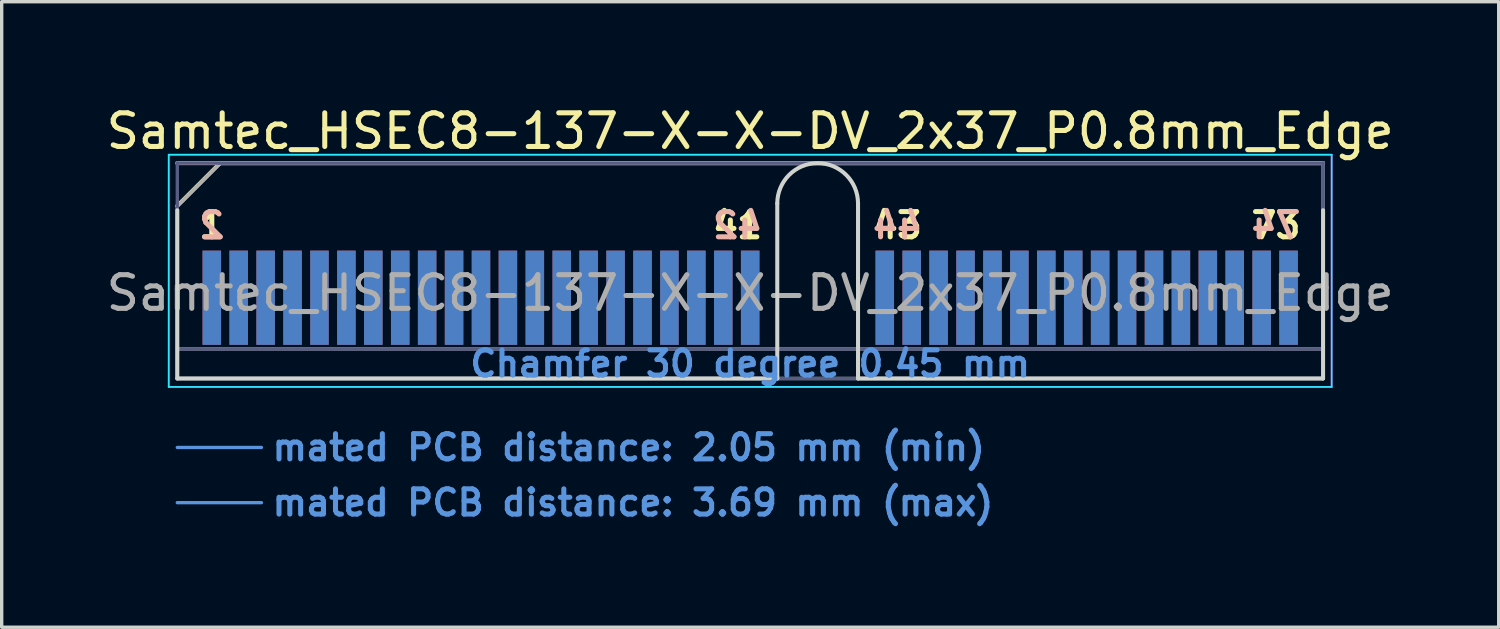
<source format=kicad_pcb>
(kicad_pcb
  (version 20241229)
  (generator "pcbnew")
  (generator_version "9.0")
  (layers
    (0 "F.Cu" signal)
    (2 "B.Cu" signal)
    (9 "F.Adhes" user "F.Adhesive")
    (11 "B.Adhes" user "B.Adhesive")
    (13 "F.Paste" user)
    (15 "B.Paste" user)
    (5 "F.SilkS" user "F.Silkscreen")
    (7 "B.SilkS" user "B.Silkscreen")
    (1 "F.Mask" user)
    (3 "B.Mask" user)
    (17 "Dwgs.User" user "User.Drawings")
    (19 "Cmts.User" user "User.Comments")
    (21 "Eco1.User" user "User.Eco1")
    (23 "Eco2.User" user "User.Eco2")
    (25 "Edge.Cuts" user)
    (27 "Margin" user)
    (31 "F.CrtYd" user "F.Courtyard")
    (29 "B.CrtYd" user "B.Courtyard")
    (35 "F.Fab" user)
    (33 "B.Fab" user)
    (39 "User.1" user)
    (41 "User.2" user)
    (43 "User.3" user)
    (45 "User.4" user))
  (footprint "Samtec_HSEC8-137-X-X-DV_2x37_P0.8mm_Edge"
    (layer "F.Cu")
    (at 19.244 8.198)
    (property "Reference" "Samtec_HSEC8-137-X-X-DV_2x37_P0.8mm_Edge" (at 0 -7.35 0) (layer "F.SilkS") (effects (font (size 1 1) (thickness 0.15))))
    (attr exclude_from_pos_files exclude_from_bom)
    (fp_line (start -17.025 -5.13) (end -15.755 -6.4) (stroke (width 0.12) (type solid)) (layer "F.SilkS"))
    (fp_line (start -15.755 -6.4) (end 17.025 -6.4) (stroke (width 0.12) (type solid)) (layer "F.SilkS"))
    (fp_line (start -17.025 -6.4) (end -17.025 -6.4) (stroke (width 0.12) (type solid)) (layer "B.SilkS"))
    (fp_line (start -17.025 -6.4) (end 17.025 -6.4) (stroke (width 0.12) (type solid)) (layer "B.SilkS"))
    (fp_line (start -17.025 2.05) (end -14.525 2.05) (stroke (width 0.1) (type solid)) (layer "Cmts.User"))
    (fp_line (start -17.025 3.69) (end -14.525 3.69) (stroke (width 0.1) (type solid)) (layer "Cmts.User"))
    (fp_line (start -17.025 -5) (end -17.025 0) (stroke (width 0.12) (type solid)) (layer "Edge.Cuts"))
    (fp_line (start -17.025 0) (end 0.805 0) (stroke (width 0.12) (type solid)) (layer "Edge.Cuts"))
    (fp_line (start 0.805 0) (end 0.805 -5.2) (stroke (width 0.12) (type solid)) (layer "Edge.Cuts"))
    (fp_line (start 3.205 -5.2) (end 3.205 0) (stroke (width 0.12) (type solid)) (layer "Edge.Cuts"))
    (fp_line (start 3.205 0) (end 17.025 0) (stroke (width 0.12) (type solid)) (layer "Edge.Cuts"))
    (fp_line (start 17.025 0) (end 17.025 -5) (stroke (width 0.12) (type solid)) (layer "Edge.Cuts"))
    (fp_arc (start 0.805 -5.2) (mid 2.005 -6.4) (end 3.205 -5.2) (stroke (width 0.12) (type solid)) (layer "Edge.Cuts"))
    (fp_line (start -17.28 -6.65) (end -17.28 0.25) (stroke (width 0.05) (type solid)) (layer "B.CrtYd"))
    (fp_line (start -17.28 0.25) (end 17.28 0.25) (stroke (width 0.05) (type solid)) (layer "B.CrtYd"))
    (fp_line (start 17.28 -6.65) (end -17.28 -6.65) (stroke (width 0.05) (type solid)) (layer "B.CrtYd"))
    (fp_line (start 17.28 0.25) (end 17.28 -6.65) (stroke (width 0.05) (type solid)) (layer "B.CrtYd"))
    (fp_line (start -17.28 -6.65) (end -17.28 0.25) (stroke (width 0.05) (type solid)) (layer "F.CrtYd"))
    (fp_line (start -17.28 0.25) (end 17.28 0.25) (stroke (width 0.05) (type solid)) (layer "F.CrtYd"))
    (fp_line (start 17.28 -6.65) (end -17.28 -6.65) (stroke (width 0.05) (type solid)) (layer "F.CrtYd"))
    (fp_line (start 17.28 0.25) (end 17.28 -6.65) (stroke (width 0.05) (type solid)) (layer "F.CrtYd"))
    (fp_line (start -17.025 -6.4) (end -17.025 -6.4) (stroke (width 0.1) (type solid)) (layer "B.Fab"))
    (fp_line (start -17.025 -6.4) (end -17.025 0) (stroke (width 0.1) (type solid)) (layer "B.Fab"))
    (fp_line (start -17.025 -6.4) (end 17.025 -6.4) (stroke (width 0.1) (type solid)) (layer "B.Fab"))
    (fp_line (start -17.025 -0.88) (end 17.025 -0.88) (stroke (width 0.1) (type solid)) (layer "B.Fab"))
    (fp_line (start -17.025 0) (end 17.025 0) (stroke (width 0.1) (type solid)) (layer "B.Fab"))
    (fp_line (start 17.025 -6.4) (end 17.025 0) (stroke (width 0.1) (type solid)) (layer "B.Fab"))
    (fp_line (start -17.025 -5.13) (end -17.025 0) (stroke (width 0.1) (type solid)) (layer "F.Fab"))
    (fp_line (start -17.025 -5.13) (end -15.755 -6.4) (stroke (width 0.1) (type solid)) (layer "F.Fab"))
    (fp_line (start -17.025 -0.88) (end 17.025 -0.88) (stroke (width 0.1) (type solid)) (layer "F.Fab"))
    (fp_line (start -17.025 0) (end 17.025 0) (stroke (width 0.1) (type solid)) (layer "F.Fab"))
    (fp_line (start -15.755 -6.4) (end 17.025 -6.4) (stroke (width 0.1) (type solid)) (layer "F.Fab"))
    (fp_line (start 17.025 -6.4) (end 17.025 0) (stroke (width 0.1) (type solid)) (layer "F.Fab"))
    (fp_text user "1" (at -16 -4.55 0) (layer "F.SilkS") (effects (font (size 0.75 0.75) (thickness 0.15))))
    (fp_text user "73" (at 15.625 -4.55 0) (layer "F.SilkS") (effects (font (size 0.75 0.75) (thickness 0.15))))
    (fp_text user "43" (at 4.375 -4.55 0) (layer "F.SilkS") (effects (font (size 0.75 0.75) (thickness 0.15))))
    (fp_text user "41" (at -0.375 -4.55 0) (layer "F.SilkS") (effects (font (size 0.75 0.75) (thickness 0.15))))
    (fp_text user "2" (at -16 -4.55 0) (layer "B.SilkS") (effects (font (size 0.75 0.75) (thickness 0.15)) (justify mirror)))
    (fp_text user "42" (at -0.375 -4.55 0) (layer "B.SilkS") (effects (font (size 0.75 0.75) (thickness 0.15)) (justify mirror)))
    (fp_text user "74" (at 15.625 -4.55 0) (layer "B.SilkS") (effects (font (size 0.75 0.75) (thickness 0.15)) (justify mirror)))
    (fp_text user "44" (at 4.375 -4.55 0) (layer "B.SilkS") (effects (font (size 0.75 0.75) (thickness 0.15)) (justify mirror)))
    (fp_text user "Chamfer 30 degree 0.45 mm" (at 0 -0.44 0) (layer "Cmts.User") (effects (font (size 0.75 0.75) (thickness 0.15))))
    (fp_text user "mated PCB distance: 3.69 mm (max)" (at -14.28 3.69 0) (layer "Cmts.User") (effects (font (size 0.75 0.75) (thickness 0.15)) (justify left)))
    (fp_text user "mated PCB distance: 2.05 mm (min)" (at -14.28 2.05 0) (layer "Cmts.User") (effects (font (size 0.75 0.75) (thickness 0.15)) (justify left)))
    (fp_text user "${REFERENCE}" (at 0 -2.54 0) (layer "F.Fab") (effects (font (size 1 1) (thickness 0.15))))
    (pad "1" connect rect (at -16 -2.4) (size 0.55 2.8) (layers "F.Cu" "F.Mask"))
    (pad "2" connect rect (at -16 -2.4) (size 0.55 2.8) (layers "B.Cu" "B.Mask"))
    (pad "3" connect rect (at -15.2 -2.4) (size 0.55 2.8) (layers "F.Cu" "F.Mask"))
    (pad "4" connect rect (at -15.2 -2.4) (size 0.55 2.8) (layers "B.Cu" "B.Mask"))
    (pad "5" connect rect (at -14.4 -2.4) (size 0.55 2.8) (layers "F.Cu" "F.Mask"))
    (pad "6" connect rect (at -14.4 -2.4) (size 0.55 2.8) (layers "B.Cu" "B.Mask"))
    (pad "7" connect rect (at -13.6 -2.4) (size 0.55 2.8) (layers "F.Cu" "F.Mask"))
    (pad "8" connect rect (at -13.6 -2.4) (size 0.55 2.8) (layers "B.Cu" "B.Mask"))
    (pad "9" connect rect (at -12.8 -2.4) (size 0.55 2.8) (layers "F.Cu" "F.Mask"))
    (pad "10" connect rect (at -12.8 -2.4) (size 0.55 2.8) (layers "B.Cu" "B.Mask"))
    (pad "11" connect rect (at -12 -2.4) (size 0.55 2.8) (layers "F.Cu" "F.Mask"))
    (pad "12" connect rect (at -12 -2.4) (size 0.55 2.8) (layers "B.Cu" "B.Mask"))
    (pad "13" connect rect (at -11.2 -2.4) (size 0.55 2.8) (layers "F.Cu" "F.Mask"))
    (pad "14" connect rect (at -11.2 -2.4) (size 0.55 2.8) (layers "B.Cu" "B.Mask"))
    (pad "15" connect rect (at -10.4 -2.4) (size 0.55 2.8) (layers "F.Cu" "F.Mask"))
    (pad "16" connect rect (at -10.4 -2.4) (size 0.55 2.8) (layers "B.Cu" "B.Mask"))
    (pad "17" connect rect (at -9.6 -2.4) (size 0.55 2.8) (layers "F.Cu" "F.Mask"))
    (pad "18" connect rect (at -9.6 -2.4) (size 0.55 2.8) (layers "B.Cu" "B.Mask"))
    (pad "19" connect rect (at -8.8 -2.4) (size 0.55 2.8) (layers "F.Cu" "F.Mask"))
    (pad "20" connect rect (at -8.8 -2.4) (size 0.55 2.8) (layers "B.Cu" "B.Mask"))
    (pad "21" connect rect (at -8 -2.4) (size 0.55 2.8) (layers "F.Cu" "F.Mask"))
    (pad "22" connect rect (at -8 -2.4) (size 0.55 2.8) (layers "B.Cu" "B.Mask"))
    (pad "23" connect rect (at -7.2 -2.4) (size 0.55 2.8) (layers "F.Cu" "F.Mask"))
    (pad "24" connect rect (at -7.2 -2.4) (size 0.55 2.8) (layers "B.Cu" "B.Mask"))
    (pad "25" connect rect (at -6.4 -2.4) (size 0.55 2.8) (layers "F.Cu" "F.Mask"))
    (pad "26" connect rect (at -6.4 -2.4) (size 0.55 2.8) (layers "B.Cu" "B.Mask"))
    (pad "27" connect rect (at -5.6 -2.4) (size 0.55 2.8) (layers "F.Cu" "F.Mask"))
    (pad "28" connect rect (at -5.6 -2.4) (size 0.55 2.8) (layers "B.Cu" "B.Mask"))
    (pad "29" connect rect (at -4.8 -2.4) (size 0.55 2.8) (layers "F.Cu" "F.Mask"))
    (pad "30" connect rect (at -4.8 -2.4) (size 0.55 2.8) (layers "B.Cu" "B.Mask"))
    (pad "31" connect rect (at -4 -2.4) (size 0.55 2.8) (layers "F.Cu" "F.Mask"))
    (pad "32" connect rect (at -4 -2.4) (size 0.55 2.8) (layers "B.Cu" "B.Mask"))
    (pad "33" connect rect (at -3.2 -2.4) (size 0.55 2.8) (layers "F.Cu" "F.Mask"))
    (pad "34" connect rect (at -3.2 -2.4) (size 0.55 2.8) (layers "B.Cu" "B.Mask"))
    (pad "35" connect rect (at -2.4 -2.4) (size 0.55 2.8) (layers "F.Cu" "F.Mask"))
    (pad "36" connect rect (at -2.4 -2.4) (size 0.55 2.8) (layers "B.Cu" "B.Mask"))
    (pad "37" connect rect (at -1.6 -2.4) (size 0.55 2.8) (layers "F.Cu" "F.Mask"))
    (pad "38" connect rect (at -1.6 -2.4) (size 0.55 2.8) (layers "B.Cu" "B.Mask"))
    (pad "39" connect rect (at -0.8 -2.4) (size 0.55 2.8) (layers "F.Cu" "F.Mask"))
    (pad "40" connect rect (at -0.8 -2.4) (size 0.55 2.8) (layers "B.Cu" "B.Mask"))
    (pad "41" connect rect (at 0 -2.4) (size 0.55 2.8) (layers "F.Cu" "F.Mask"))
    (pad "42" connect rect (at 0 -2.4) (size 0.55 2.8) (layers "B.Cu" "B.Mask"))
    (pad "43" connect rect (at 4 -2.4) (size 0.55 2.8) (layers "F.Cu" "F.Mask"))
    (pad "44" connect rect (at 4 -2.4) (size 0.55 2.8) (layers "B.Cu" "B.Mask"))
    (pad "45" connect rect (at 4.8 -2.4) (size 0.55 2.8) (layers "F.Cu" "F.Mask"))
    (pad "46" connect rect (at 4.8 -2.4) (size 0.55 2.8) (layers "B.Cu" "B.Mask"))
    (pad "47" connect rect (at 5.6 -2.4) (size 0.55 2.8) (layers "F.Cu" "F.Mask"))
    (pad "48" connect rect (at 5.6 -2.4) (size 0.55 2.8) (layers "B.Cu" "B.Mask"))
    (pad "49" connect rect (at 6.4 -2.4) (size 0.55 2.8) (layers "F.Cu" "F.Mask"))
    (pad "50" connect rect (at 6.4 -2.4) (size 0.55 2.8) (layers "B.Cu" "B.Mask"))
    (pad "51" connect rect (at 7.2 -2.4) (size 0.55 2.8) (layers "F.Cu" "F.Mask"))
    (pad "52" connect rect (at 7.2 -2.4) (size 0.55 2.8) (layers "B.Cu" "B.Mask"))
    (pad "53" connect rect (at 8 -2.4) (size 0.55 2.8) (layers "F.Cu" "F.Mask"))
    (pad "54" connect rect (at 8 -2.4) (size 0.55 2.8) (layers "B.Cu" "B.Mask"))
    (pad "55" connect rect (at 8.8 -2.4) (size 0.55 2.8) (layers "F.Cu" "F.Mask"))
    (pad "56" connect rect (at 8.8 -2.4) (size 0.55 2.8) (layers "B.Cu" "B.Mask"))
    (pad "57" connect rect (at 9.6 -2.4) (size 0.55 2.8) (layers "F.Cu" "F.Mask"))
    (pad "58" connect rect (at 9.6 -2.4) (size 0.55 2.8) (layers "B.Cu" "B.Mask"))
    (pad "59" connect rect (at 10.4 -2.4) (size 0.55 2.8) (layers "F.Cu" "F.Mask"))
    (pad "60" connect rect (at 10.4 -2.4) (size 0.55 2.8) (layers "B.Cu" "B.Mask"))
    (pad "61" connect rect (at 11.2 -2.4) (size 0.55 2.8) (layers "F.Cu" "F.Mask"))
    (pad "62" connect rect (at 11.2 -2.4) (size 0.55 2.8) (layers "B.Cu" "B.Mask"))
    (pad "63" connect rect (at 12 -2.4) (size 0.55 2.8) (layers "F.Cu" "F.Mask"))
    (pad "64" connect rect (at 12 -2.4) (size 0.55 2.8) (layers "B.Cu" "B.Mask"))
    (pad "65" connect rect (at 12.8 -2.4) (size 0.55 2.8) (layers "F.Cu" "F.Mask"))
    (pad "66" connect rect (at 12.8 -2.4) (size 0.55 2.8) (layers "B.Cu" "B.Mask"))
    (pad "67" connect rect (at 13.6 -2.4) (size 0.55 2.8) (layers "F.Cu" "F.Mask"))
    (pad "68" connect rect (at 13.6 -2.4) (size 0.55 2.8) (layers "B.Cu" "B.Mask"))
    (pad "69" connect rect (at 14.4 -2.4) (size 0.55 2.8) (layers "F.Cu" "F.Mask"))
    (pad "70" connect rect (at 14.4 -2.4) (size 0.55 2.8) (layers "B.Cu" "B.Mask"))
    (pad "71" connect rect (at 15.2 -2.4) (size 0.55 2.8) (layers "F.Cu" "F.Mask"))
    (pad "72" connect rect (at 15.2 -2.4) (size 0.55 2.8) (layers "B.Cu" "B.Mask"))
    (pad "73" connect rect (at 16 -2.4) (size 0.55 2.8) (layers "F.Cu" "F.Mask"))
    (pad "74" connect rect (at 16 -2.4) (size 0.55 2.8) (layers "B.Cu" "B.Mask")))
  (gr_rect
    (start -3 -3)
    (end 41.488 15.59)
    (stroke (width 0.1) (type default))
    (fill no)
    (layer "Edge.Cuts")))
</source>
